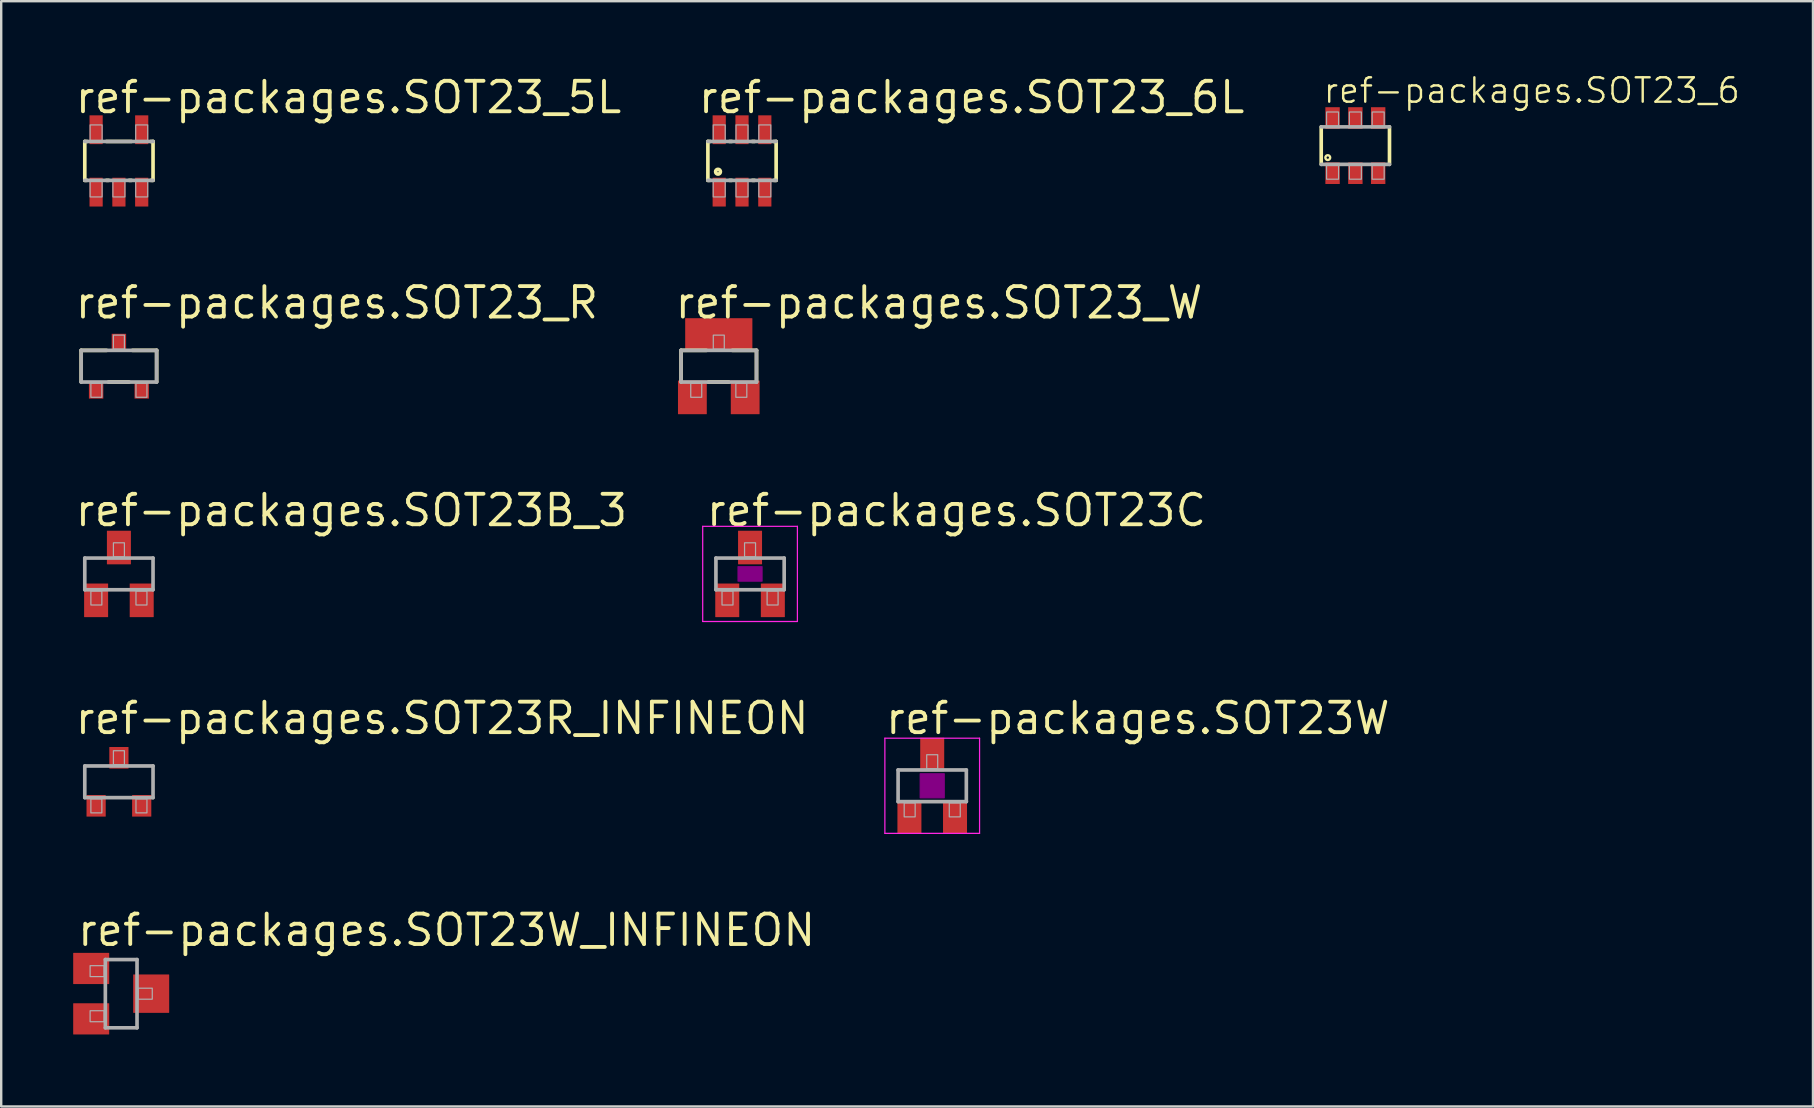
<source format=kicad_pcb>
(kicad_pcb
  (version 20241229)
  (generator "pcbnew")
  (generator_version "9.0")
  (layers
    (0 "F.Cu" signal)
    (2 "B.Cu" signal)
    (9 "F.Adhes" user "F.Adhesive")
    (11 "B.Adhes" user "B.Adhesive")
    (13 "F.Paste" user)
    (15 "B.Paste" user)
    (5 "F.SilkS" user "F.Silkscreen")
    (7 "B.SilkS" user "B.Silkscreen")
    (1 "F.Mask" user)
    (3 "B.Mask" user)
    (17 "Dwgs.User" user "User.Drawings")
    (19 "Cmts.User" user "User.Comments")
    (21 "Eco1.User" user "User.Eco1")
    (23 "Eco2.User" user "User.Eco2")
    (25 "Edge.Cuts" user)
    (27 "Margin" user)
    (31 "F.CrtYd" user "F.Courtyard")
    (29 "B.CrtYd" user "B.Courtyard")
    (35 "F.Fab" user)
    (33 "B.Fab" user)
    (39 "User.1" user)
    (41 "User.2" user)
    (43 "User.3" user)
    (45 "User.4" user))
  (footprint "ref-packages.SOT23R_INFINEON"
    (layer "F.Cu")
    (at 1.905 29.528)
    (property "Reference" "ref-packages.SOT23R_INFINEON" (at -1.905 -1.905 0) (layer "F.SilkS") (effects (font (size 1.27 1.27) (thickness 0.16)) (justify left bottom)))
    (attr smd)
    (fp_line (start -1.422 -0.66) (end 1.422 -0.66) (stroke (width 0.152) (type default)) (layer "F.Fab"))
    (fp_line (start -1.422 0.66) (end -1.422 -0.66) (stroke (width 0.152) (type default)) (layer "F.Fab"))
    (fp_line (start 1.422 -0.66) (end 1.422 0.66) (stroke (width 0.152) (type default)) (layer "F.Fab"))
    (fp_line (start 1.422 0.66) (end -1.422 0.66) (stroke (width 0.152) (type default)) (layer "F.Fab"))
    (fp_rect (start -1.168 1.295) (end -0.711 0.711) (stroke (width 0.05) (type default)) (fill no) (layer "F.Fab"))
    (fp_rect (start -0.229 -0.711) (end 0.229 -1.295) (stroke (width 0.05) (type default)) (fill no) (layer "F.Fab"))
    (fp_rect (start 0.711 1.295) (end 1.168 0.711) (stroke (width 0.05) (type default)) (fill no) (layer "F.Fab"))
    (pad "1" smd roundrect (at -0.95 1) (size 0.8 0.9) (layers "F.Cu" "F.Mask" "F.Paste") (roundrect_rratio 0.01))
    (pad "2" smd roundrect (at 0.95 1) (size 0.8 0.9) (layers "F.Cu" "F.Mask" "F.Paste") (roundrect_rratio 0.01))
    (pad "3" smd roundrect (at 0 -1) (size 0.8 0.9) (layers "F.Cu" "F.Mask" "F.Paste") (roundrect_rratio 0.01)))
  (footprint "ref-packages.SOT23_5L"
    (layer "F.Cu")
    (at 1.905 3.655)
    (property "Reference" "ref-packages.SOT23_5L" (at -1.905 -1.905 0) (layer "F.SilkS") (effects (font (size 1.27 1.27) (thickness 0.16)) (justify left bottom)))
    (attr smd)
    (fp_line (start -1.422 -0.81) (end -1.328 -0.81) (stroke (width 0.152) (type default)) (layer "F.SilkS"))
    (fp_line (start -1.422 0.81) (end -1.422 -0.81) (stroke (width 0.152) (type default)) (layer "F.SilkS"))
    (fp_line (start -1.328 0.81) (end -1.422 0.81) (stroke (width 0.152) (type default)) (layer "F.SilkS"))
    (fp_line (start -0.522 -0.81) (end 0.522 -0.81) (stroke (width 0.152) (type default)) (layer "F.SilkS"))
    (fp_line (start -0.428 0.81) (end -0.522 0.81) (stroke (width 0.152) (type default)) (layer "F.SilkS"))
    (fp_line (start 0.522 0.81) (end 0.428 0.81) (stroke (width 0.152) (type default)) (layer "F.SilkS"))
    (fp_line (start 1.328 -0.81) (end 1.422 -0.81) (stroke (width 0.152) (type default)) (layer "F.SilkS"))
    (fp_line (start 1.422 -0.81) (end 1.422 0.81) (stroke (width 0.152) (type default)) (layer "F.SilkS"))
    (fp_line (start 1.422 0.81) (end 1.328 0.81) (stroke (width 0.152) (type default)) (layer "F.SilkS"))
    (fp_line (start -1.422 -0.81) (end 1.422 -0.81) (stroke (width 0.152) (type default)) (layer "F.Fab"))
    (fp_line (start 1.422 0.81) (end -1.422 0.81) (stroke (width 0.152) (type default)) (layer "F.Fab"))
    (fp_rect (start -1.2 -0.85) (end -0.7 -1.5) (stroke (width 0.05) (type default)) (fill no) (layer "F.Fab"))
    (fp_rect (start -1.2 1.5) (end -0.7 0.85) (stroke (width 0.05) (type default)) (fill no) (layer "F.Fab"))
    (fp_rect (start -0.25 1.5) (end 0.25 0.85) (stroke (width 0.05) (type default)) (fill no) (layer "F.Fab"))
    (fp_rect (start 0.7 -0.85) (end 1.2 -1.5) (stroke (width 0.05) (type default)) (fill no) (layer "F.Fab"))
    (fp_rect (start 0.7 1.5) (end 1.2 0.85) (stroke (width 0.05) (type default)) (fill no) (layer "F.Fab"))
    (pad "1" smd roundrect (at -0.95 1.3) (size 0.55 1.2) (layers "F.Cu" "F.Mask" "F.Paste") (roundrect_rratio 0.01))
    (pad "2" smd roundrect (at 0 1.3) (size 0.55 1.2) (layers "F.Cu" "F.Mask" "F.Paste") (roundrect_rratio 0.01))
    (pad "3" smd roundrect (at 0.95 1.3) (size 0.55 1.2) (layers "F.Cu" "F.Mask" "F.Paste") (roundrect_rratio 0.01))
    (pad "4" smd roundrect (at 0.95 -1.3) (size 0.55 1.2) (layers "F.Cu" "F.Mask" "F.Paste") (roundrect_rratio 0.01))
    (pad "5" smd roundrect (at -0.95 -1.3) (size 0.55 1.2) (layers "F.Cu" "F.Mask" "F.Paste") (roundrect_rratio 0.01)))
  (footprint "ref-packages.SOT23_6"
    (layer "F.Cu")
    (at 53.429 3.018)
    (property "Reference" "ref-packages.SOT23_6" (at -1.397 -1.702 0) (layer "F.SilkS") (effects (font (size 1.016 1.016) (thickness 0.1)) (justify left bottom)))
    (attr smd)
    (fp_line (start -1.423 0.781) (end -1.423 -0.781) (stroke (width 0.152) (type default)) (layer "F.SilkS"))
    (fp_line (start 1.422 -0.781) (end 1.422 0.781) (stroke (width 0.152) (type default)) (layer "F.SilkS"))
    (fp_circle (center -1.15 0.5) (end -1.05 0.5) (stroke (width 0.1) (type default)) (fill no) (layer "F.SilkS"))
    (fp_line (start -1.423 -0.781) (end 1.422 -0.781) (stroke (width 0.152) (type default)) (layer "F.Fab"))
    (fp_line (start 1.422 0.781) (end -1.423 0.781) (stroke (width 0.152) (type default)) (layer "F.Fab"))
    (fp_rect (start -1.2 -0.8) (end -0.7 -1.4) (stroke (width 0.05) (type default)) (fill no) (layer "F.Fab"))
    (fp_rect (start -1.2 1.4) (end -0.7 0.8) (stroke (width 0.05) (type default)) (fill no) (layer "F.Fab"))
    (fp_rect (start -0.25 -0.8) (end 0.25 -1.4) (stroke (width 0.05) (type default)) (fill no) (layer "F.Fab"))
    (fp_rect (start -0.25 1.4) (end 0.25 0.8) (stroke (width 0.05) (type default)) (fill no) (layer "F.Fab"))
    (fp_rect (start 0.7 -0.8) (end 1.2 -1.4) (stroke (width 0.05) (type default)) (fill no) (layer "F.Fab"))
    (fp_rect (start 0.7 1.4) (end 1.2 0.8) (stroke (width 0.05) (type default)) (fill no) (layer "F.Fab"))
    (pad "1" smd roundrect (at -0.95 1.15) (size 0.6 0.9) (layers "F.Cu" "F.Mask" "F.Paste") (roundrect_rratio 0.01))
    (pad "2" smd roundrect (at 0 1.15) (size 0.6 0.9) (layers "F.Cu" "F.Mask" "F.Paste") (roundrect_rratio 0.01))
    (pad "3" smd roundrect (at 0.95 1.15) (size 0.6 0.9) (layers "F.Cu" "F.Mask" "F.Paste") (roundrect_rratio 0.01))
    (pad "4" smd roundrect (at 0.95 -1.15) (size 0.6 0.9) (layers "F.Cu" "F.Mask" "F.Paste") (roundrect_rratio 0.01))
    (pad "5" smd roundrect (at 0 -1.15) (size 0.6 0.9) (layers "F.Cu" "F.Mask" "F.Paste") (roundrect_rratio 0.01))
    (pad "6" smd roundrect (at -0.95 -1.15) (size 0.6 0.9) (layers "F.Cu" "F.Mask" "F.Paste") (roundrect_rratio 0.01)))
  (footprint "ref-packages.SOT23W"
    (layer "F.Cu")
    (at 35.796 29.694)
    (property "Reference" "ref-packages.SOT23W" (at -2.03 -2.07 0) (layer "F.SilkS") (effects (font (size 1.27 1.27) (thickness 0.16)) (justify left bottom)))
    (attr smd)
    (fp_rect (start -0.5 0.5) (end 0.5 -0.5) (stroke (width 0.05) (type default)) (fill yes) (layer "F.Adhes"))
    (fp_line (start -1.973 -1.983) (end 1.973 -1.983) (stroke (width 0.051) (type default)) (layer "F.CrtYd"))
    (fp_line (start -1.973 1.983) (end -1.973 -1.983) (stroke (width 0.051) (type default)) (layer "F.CrtYd"))
    (fp_line (start 1.973 -1.983) (end 1.973 1.983) (stroke (width 0.051) (type default)) (layer "F.CrtYd"))
    (fp_line (start 1.973 1.983) (end -1.973 1.983) (stroke (width 0.051) (type default)) (layer "F.CrtYd"))
    (fp_line (start -1.422 -0.66) (end 1.422 -0.66) (stroke (width 0.152) (type default)) (layer "F.Fab"))
    (fp_line (start -1.422 0.66) (end -1.422 -0.66) (stroke (width 0.152) (type default)) (layer "F.Fab"))
    (fp_line (start 1.422 -0.66) (end 1.422 0.66) (stroke (width 0.152) (type default)) (layer "F.Fab"))
    (fp_line (start 1.422 0.66) (end -1.422 0.66) (stroke (width 0.152) (type default)) (layer "F.Fab"))
    (fp_rect (start -1.168 1.295) (end -0.711 0.711) (stroke (width 0.05) (type default)) (fill no) (layer "F.Fab"))
    (fp_rect (start -0.229 -0.711) (end 0.229 -1.295) (stroke (width 0.05) (type default)) (fill no) (layer "F.Fab"))
    (fp_rect (start 0.711 1.295) (end 1.168 0.711) (stroke (width 0.05) (type default)) (fill no) (layer "F.Fab"))
    (pad "1" smd roundrect (at -0.95 1.303) (size 1 1.4) (layers "F.Cu" "F.Mask" "F.Paste") (roundrect_rratio 0.01))
    (pad "2" smd roundrect (at 0.95 1.303) (size 1 1.4) (layers "F.Cu" "F.Mask" "F.Paste") (roundrect_rratio 0.01))
    (pad "3" smd roundrect (at 0 -1.303) (size 1 1.4) (layers "F.Cu" "F.Mask" "F.Paste") (roundrect_rratio 0.01)))
  (footprint "ref-packages.SOT23B_3"
    (layer "F.Cu")
    (at 1.905 20.865)
    (property "Reference" "ref-packages.SOT23B_3" (at -1.905 -1.905 0) (layer "F.SilkS") (effects (font (size 1.27 1.27) (thickness 0.16)) (justify left bottom)))
    (attr smd)
    (fp_line (start -1.422 -0.66) (end 1.422 -0.66) (stroke (width 0.152) (type default)) (layer "F.Fab"))
    (fp_line (start -1.422 0.66) (end -1.422 -0.66) (stroke (width 0.152) (type default)) (layer "F.Fab"))
    (fp_line (start 1.422 -0.66) (end 1.422 0.66) (stroke (width 0.152) (type default)) (layer "F.Fab"))
    (fp_line (start 1.422 0.66) (end -1.422 0.66) (stroke (width 0.152) (type default)) (layer "F.Fab"))
    (fp_rect (start -1.168 1.295) (end -0.711 0.711) (stroke (width 0.05) (type default)) (fill no) (layer "F.Fab"))
    (fp_rect (start -0.229 -0.711) (end 0.229 -1.295) (stroke (width 0.05) (type default)) (fill no) (layer "F.Fab"))
    (fp_rect (start 0.711 1.295) (end 1.168 0.711) (stroke (width 0.05) (type default)) (fill no) (layer "F.Fab"))
    (pad "1" smd roundrect (at -0.95 1.1) (size 1 1.4) (layers "F.Cu" "F.Mask" "F.Paste") (roundrect_rratio 0.01))
    (pad "2" smd roundrect (at 0.95 1.1) (size 1 1.4) (layers "F.Cu" "F.Mask" "F.Paste") (roundrect_rratio 0.01))
    (pad "3" smd roundrect (at 0 -1.1) (size 1 1.4) (layers "F.Cu" "F.Mask" "F.Paste") (roundrect_rratio 0.01)))
  (footprint "ref-packages.SOT23_R"
    (layer "F.Cu")
    (at 1.905 12.21)
    (property "Reference" "ref-packages.SOT23_R" (at -1.905 -1.905 0) (layer "F.SilkS") (effects (font (size 1.27 1.27) (thickness 0.16)) (justify left bottom)))
    (attr smd)
    (fp_line (start -1.572 -0.66) (end -0.514 -0.66) (stroke (width 0.152) (type default)) (layer "F.SilkS"))
    (fp_line (start -1.572 0.652) (end -1.572 -0.66) (stroke (width 0.152) (type default)) (layer "F.SilkS"))
    (fp_line (start 0.422 0.66) (end -0.436 0.66) (stroke (width 0.152) (type default)) (layer "F.SilkS"))
    (fp_line (start 0.564 -0.66) (end 1.572 -0.66) (stroke (width 0.152) (type default)) (layer "F.SilkS"))
    (fp_line (start 1.572 -0.66) (end 1.572 0.652) (stroke (width 0.152) (type default)) (layer "F.SilkS"))
    (fp_line (start -1.572 -0.66) (end 1.572 -0.66) (stroke (width 0.152) (type default)) (layer "F.Fab"))
    (fp_line (start -1.572 0.66) (end -1.572 -0.66) (stroke (width 0.152) (type default)) (layer "F.Fab"))
    (fp_line (start 1.572 -0.66) (end 1.572 0.66) (stroke (width 0.152) (type default)) (layer "F.Fab"))
    (fp_line (start 1.572 0.66) (end -1.572 0.66) (stroke (width 0.152) (type default)) (layer "F.Fab"))
    (fp_rect (start -1.168 1.295) (end -0.711 0.711) (stroke (width 0.05) (type default)) (fill no) (layer "F.Fab"))
    (fp_rect (start -0.229 -0.711) (end 0.229 -1.295) (stroke (width 0.05) (type default)) (fill no) (layer "F.Fab"))
    (fp_rect (start 0.711 1.295) (end 1.168 0.711) (stroke (width 0.05) (type default)) (fill no) (layer "F.Fab"))
    (pad "1" smd roundrect (at -0.95 1) (size 0.6 0.7) (layers "F.Cu" "F.Mask" "F.Paste") (roundrect_rratio 0.01))
    (pad "2" smd roundrect (at 0.95 1) (size 0.6 0.7) (layers "F.Cu" "F.Mask" "F.Paste") (roundrect_rratio 0.01))
    (pad "3" smd roundrect (at 0 -1) (size 0.6 0.7) (layers "F.Cu" "F.Mask" "F.Paste") (roundrect_rratio 0.01)))
  (footprint "ref-packages.SOT23_W"
    (layer "F.Cu")
    (at 26.902 12.21)
    (property "Reference" "ref-packages.SOT23_W" (at -1.905 -1.905 0) (layer "F.SilkS") (effects (font (size 1.27 1.27) (thickness 0.16)) (justify left bottom)))
    (attr smd)
    (fp_line (start -1.572 -0.66) (end -0.514 -0.66) (stroke (width 0.152) (type default)) (layer "F.SilkS"))
    (fp_line (start -1.572 0.652) (end -1.572 -0.66) (stroke (width 0.152) (type default)) (layer "F.SilkS"))
    (fp_line (start 0.422 0.66) (end -0.436 0.66) (stroke (width 0.152) (type default)) (layer "F.SilkS"))
    (fp_line (start 0.564 -0.66) (end 1.572 -0.66) (stroke (width 0.152) (type default)) (layer "F.SilkS"))
    (fp_line (start 1.572 -0.66) (end 1.572 0.652) (stroke (width 0.152) (type default)) (layer "F.SilkS"))
    (fp_line (start -1.572 -0.66) (end 1.572 -0.66) (stroke (width 0.152) (type default)) (layer "F.Fab"))
    (fp_line (start -1.572 0.66) (end -1.572 -0.66) (stroke (width 0.152) (type default)) (layer "F.Fab"))
    (fp_line (start 1.572 -0.66) (end 1.572 0.66) (stroke (width 0.152) (type default)) (layer "F.Fab"))
    (fp_line (start 1.572 0.66) (end -1.572 0.66) (stroke (width 0.152) (type default)) (layer "F.Fab"))
    (fp_rect (start -1.168 1.295) (end -0.711 0.711) (stroke (width 0.05) (type default)) (fill no) (layer "F.Fab"))
    (fp_rect (start -0.229 -0.711) (end 0.229 -1.295) (stroke (width 0.05) (type default)) (fill no) (layer "F.Fab"))
    (fp_rect (start 0.711 1.295) (end 1.168 0.711) (stroke (width 0.05) (type default)) (fill no) (layer "F.Fab"))
    (pad "1" smd roundrect (at -1.1 1.3) (size 1.2 1.4) (layers "F.Cu" "F.Mask" "F.Paste") (roundrect_rratio 0.01))
    (pad "2" smd roundrect (at 1.1 1.3) (size 1.2 1.4) (layers "F.Cu" "F.Mask" "F.Paste") (roundrect_rratio 0.01))
    (pad "3" smd roundrect (at 0 -1.3) (size 2.8 1.4) (layers "F.Cu" "F.Mask" "F.Paste") (roundrect_rratio 0.01)))
  (footprint "ref-packages.SOT23C"
    (layer "F.Cu")
    (at 28.205 20.865)
    (property "Reference" "ref-packages.SOT23C" (at -1.905 -1.905 0) (layer "F.SilkS") (effects (font (size 1.27 1.27) (thickness 0.16)) (justify left bottom)))
    (attr smd)
    (fp_rect (start -0.5 0.3) (end 0.5 -0.3) (stroke (width 0.05) (type default)) (fill yes) (layer "F.Adhes"))
    (fp_line (start -1.973 -1.983) (end 1.973 -1.983) (stroke (width 0.051) (type default)) (layer "F.CrtYd"))
    (fp_line (start -1.973 1.983) (end -1.973 -1.983) (stroke (width 0.051) (type default)) (layer "F.CrtYd"))
    (fp_line (start 1.973 -1.983) (end 1.973 1.983) (stroke (width 0.051) (type default)) (layer "F.CrtYd"))
    (fp_line (start 1.973 1.983) (end -1.973 1.983) (stroke (width 0.051) (type default)) (layer "F.CrtYd"))
    (fp_line (start -1.422 -0.66) (end 1.422 -0.66) (stroke (width 0.152) (type default)) (layer "F.Fab"))
    (fp_line (start -1.422 0.66) (end -1.422 -0.66) (stroke (width 0.152) (type default)) (layer "F.Fab"))
    (fp_line (start 1.422 -0.66) (end 1.422 0.66) (stroke (width 0.152) (type default)) (layer "F.Fab"))
    (fp_line (start 1.422 0.66) (end -1.422 0.66) (stroke (width 0.152) (type default)) (layer "F.Fab"))
    (fp_rect (start -1.168 1.295) (end -0.711 0.711) (stroke (width 0.05) (type default)) (fill no) (layer "F.Fab"))
    (fp_rect (start -0.229 -0.711) (end 0.229 -1.295) (stroke (width 0.05) (type default)) (fill no) (layer "F.Fab"))
    (fp_rect (start 0.711 1.295) (end 1.168 0.711) (stroke (width 0.05) (type default)) (fill no) (layer "F.Fab"))
    (pad "1" smd roundrect (at -0.95 1.1) (size 1 1.4) (layers "F.Cu" "F.Mask" "F.Paste") (roundrect_rratio 0.01))
    (pad "2" smd roundrect (at 0.95 1.1) (size 1 1.4) (layers "F.Cu" "F.Mask" "F.Paste") (roundrect_rratio 0.01))
    (pad "3" smd roundrect (at 0 -1.1) (size 1 1.4) (layers "F.Cu" "F.Mask" "F.Paste") (roundrect_rratio 0.01)))
  (footprint "ref-packages.SOT23_6L"
    (layer "F.Cu")
    (at 27.87 3.655)
    (property "Reference" "ref-packages.SOT23_6L" (at -1.905 -1.905 0) (layer "F.SilkS") (effects (font (size 1.27 1.27) (thickness 0.16)) (justify left bottom)))
    (attr smd)
    (fp_line (start -1.422 -0.81) (end -1.328 -0.81) (stroke (width 0.152) (type default)) (layer "F.SilkS"))
    (fp_line (start -1.422 0.81) (end -1.422 -0.81) (stroke (width 0.152) (type default)) (layer "F.SilkS"))
    (fp_line (start -1.328 0.81) (end -1.422 0.81) (stroke (width 0.152) (type default)) (layer "F.SilkS"))
    (fp_line (start -0.522 -0.81) (end -0.428 -0.81) (stroke (width 0.152) (type default)) (layer "F.SilkS"))
    (fp_line (start -0.428 0.81) (end -0.522 0.81) (stroke (width 0.152) (type default)) (layer "F.SilkS"))
    (fp_line (start 0.428 -0.81) (end 0.522 -0.81) (stroke (width 0.152) (type default)) (layer "F.SilkS"))
    (fp_line (start 0.522 0.81) (end 0.428 0.81) (stroke (width 0.152) (type default)) (layer "F.SilkS"))
    (fp_line (start 1.328 -0.81) (end 1.422 -0.81) (stroke (width 0.152) (type default)) (layer "F.SilkS"))
    (fp_line (start 1.422 -0.81) (end 1.422 0.81) (stroke (width 0.152) (type default)) (layer "F.SilkS"))
    (fp_line (start 1.422 0.81) (end 1.328 0.81) (stroke (width 0.152) (type default)) (layer "F.SilkS"))
    (fp_circle (center -1 0.45) (end -0.9 0.45) (stroke (width 0.152) (type default)) (fill no) (layer "F.SilkS"))
    (fp_line (start -1.422 -0.81) (end 1.422 -0.81) (stroke (width 0.152) (type default)) (layer "F.Fab"))
    (fp_line (start 1.422 0.81) (end -1.422 0.81) (stroke (width 0.152) (type default)) (layer "F.Fab"))
    (fp_rect (start -1.2 -0.85) (end -0.7 -1.5) (stroke (width 0.05) (type default)) (fill no) (layer "F.Fab"))
    (fp_rect (start -1.2 1.5) (end -0.7 0.85) (stroke (width 0.05) (type default)) (fill no) (layer "F.Fab"))
    (fp_rect (start -0.25 -0.85) (end 0.25 -1.5) (stroke (width 0.05) (type default)) (fill no) (layer "F.Fab"))
    (fp_rect (start -0.25 1.5) (end 0.25 0.85) (stroke (width 0.05) (type default)) (fill no) (layer "F.Fab"))
    (fp_rect (start 0.7 -0.85) (end 1.2 -1.5) (stroke (width 0.05) (type default)) (fill no) (layer "F.Fab"))
    (fp_rect (start 0.7 1.5) (end 1.2 0.85) (stroke (width 0.05) (type default)) (fill no) (layer "F.Fab"))
    (pad "1" smd roundrect (at -0.95 1.3) (size 0.55 1.2) (layers "F.Cu" "F.Mask" "F.Paste") (roundrect_rratio 0.01))
    (pad "2" smd roundrect (at 0 1.3) (size 0.55 1.2) (layers "F.Cu" "F.Mask" "F.Paste") (roundrect_rratio 0.01))
    (pad "3" smd roundrect (at 0.95 1.3) (size 0.55 1.2) (layers "F.Cu" "F.Mask" "F.Paste") (roundrect_rratio 0.01))
    (pad "4" smd roundrect (at 0.95 -1.3) (size 0.55 1.2) (layers "F.Cu" "F.Mask" "F.Paste") (roundrect_rratio 0.01))
    (pad "5" smd roundrect (at 0 -1.3) (size 0.55 1.2) (layers "F.Cu" "F.Mask" "F.Paste") (roundrect_rratio 0.01))
    (pad "6" smd roundrect (at -0.95 -1.3) (size 0.55 1.2) (layers "F.Cu" "F.Mask" "F.Paste") (roundrect_rratio 0.01)))
  (footprint "ref-packages.SOT23W_INFINEON"
    (layer "F.Cu")
    (at 2 38.357)
    (property "Reference" "ref-packages.SOT23W_INFINEON" (at -1.905 -1.905 0) (layer "F.SilkS") (effects (font (size 1.27 1.27) (thickness 0.16)) (justify left bottom)))
    (attr smd)
    (fp_line (start -0.66 -1.422) (end 0.66 -1.422) (stroke (width 0.152) (type default)) (layer "F.Fab"))
    (fp_line (start -0.66 1.422) (end -0.66 -1.422) (stroke (width 0.152) (type default)) (layer "F.Fab"))
    (fp_line (start 0.66 -1.422) (end 0.66 1.422) (stroke (width 0.152) (type default)) (layer "F.Fab"))
    (fp_line (start 0.66 1.422) (end -0.66 1.422) (stroke (width 0.152) (type default)) (layer "F.Fab"))
    (fp_rect (start -1.295 -0.711) (end -0.711 -1.168) (stroke (width 0.05) (type default)) (fill no) (layer "F.Fab"))
    (fp_rect (start -1.295 1.168) (end -0.711 0.711) (stroke (width 0.05) (type default)) (fill no) (layer "F.Fab"))
    (fp_rect (start 0.711 0.229) (end 1.295 -0.229) (stroke (width 0.05) (type default)) (fill no) (layer "F.Fab"))
    (pad "1" smd roundrect (at -1.25 -1.05) (size 1.5 1.3) (layers "F.Cu" "F.Mask" "F.Paste") (roundrect_rratio 0.01))
    (pad "2" smd roundrect (at -1.25 1.05) (size 1.5 1.3) (layers "F.Cu" "F.Mask" "F.Paste") (roundrect_rratio 0.01))
    (pad "3" smd roundrect (at 1.25 0) (size 1.5 1.6) (layers "F.Cu" "F.Mask" "F.Paste") (roundrect_rratio 0.01)))
  (gr_rect
    (start -3 -3)
    (end 72.498 43.057)
    (stroke (width 0.1) (type default))
    (fill no)
    (layer "Edge.Cuts")))
</source>
